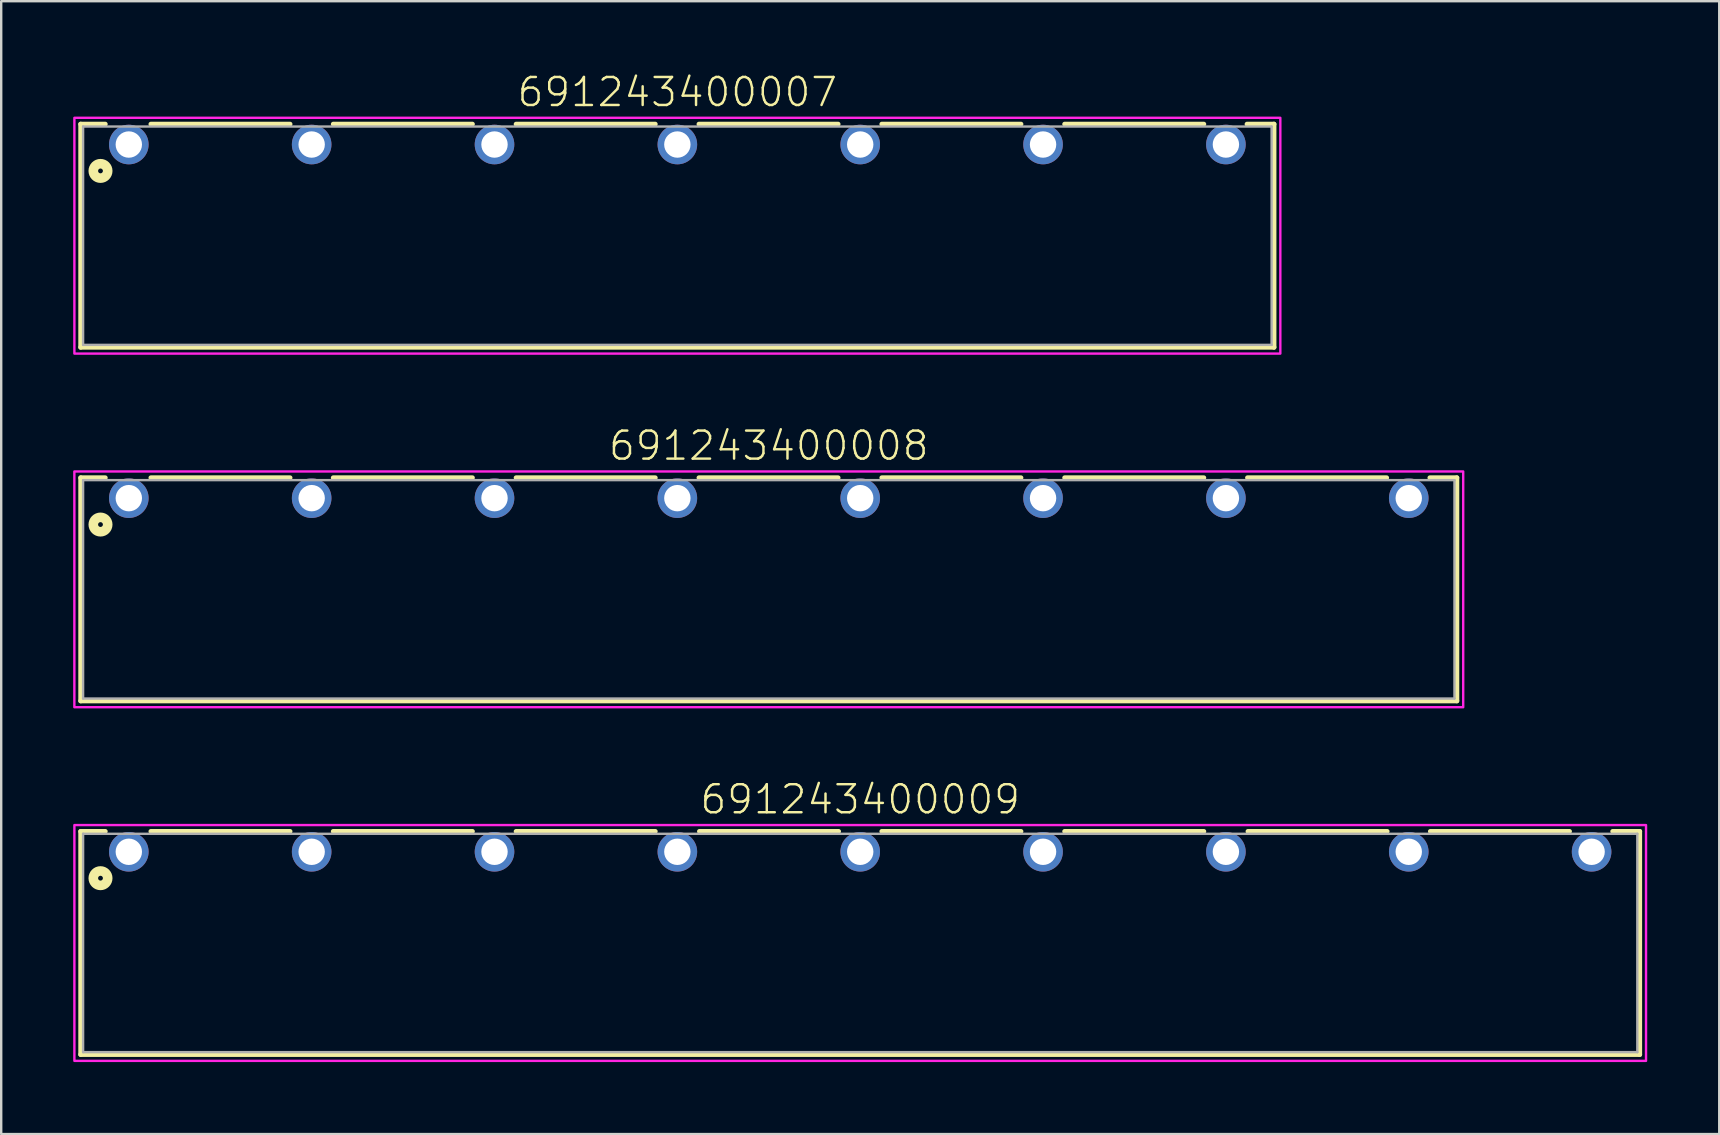
<source format=kicad_pcb>
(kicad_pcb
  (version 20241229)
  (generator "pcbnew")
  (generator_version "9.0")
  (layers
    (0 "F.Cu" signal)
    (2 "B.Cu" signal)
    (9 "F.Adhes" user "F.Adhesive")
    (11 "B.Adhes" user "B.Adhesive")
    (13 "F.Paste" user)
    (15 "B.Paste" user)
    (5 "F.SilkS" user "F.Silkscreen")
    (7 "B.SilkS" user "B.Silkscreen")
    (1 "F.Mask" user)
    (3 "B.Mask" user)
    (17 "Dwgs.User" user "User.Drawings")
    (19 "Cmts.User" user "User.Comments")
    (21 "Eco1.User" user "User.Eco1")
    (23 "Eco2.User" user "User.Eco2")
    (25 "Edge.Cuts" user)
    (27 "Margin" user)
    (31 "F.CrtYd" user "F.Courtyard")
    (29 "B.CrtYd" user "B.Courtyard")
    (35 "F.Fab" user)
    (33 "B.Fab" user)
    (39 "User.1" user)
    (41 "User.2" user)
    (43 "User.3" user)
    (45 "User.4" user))
  (footprint "691243400009"
    (layer "F.Cu")
    (at 32.798 32.447)
    (property "Reference" "691243400009" (at 0 -1.5 0) (unlocked yes) (layer "F.SilkS") (effects (font (size 1.168 1.168) (thickness 0.102)) (justify bottom)))
    (fp_line (start -32.485 -0.85) (end -31.46 -0.85) (stroke (width 0.2) (type solid)) (layer "F.SilkS"))
    (fp_line (start -32.485 8.45) (end -32.485 -0.85) (stroke (width 0.2) (type solid)) (layer "F.SilkS"))
    (fp_line (start -29.56 -0.85) (end -23.76 -0.85) (stroke (width 0.2) (type solid)) (layer "F.SilkS"))
    (fp_line (start -21.96 -0.85) (end -16.16 -0.85) (stroke (width 0.2) (type solid)) (layer "F.SilkS"))
    (fp_line (start -14.34 -0.85) (end -8.54 -0.85) (stroke (width 0.2) (type solid)) (layer "F.SilkS"))
    (fp_line (start -6.7 -0.85) (end -0.9 -0.85) (stroke (width 0.2) (type solid)) (layer "F.SilkS"))
    (fp_line (start 0.9 -0.85) (end 6.7 -0.85) (stroke (width 0.2) (type solid)) (layer "F.SilkS"))
    (fp_line (start 8.52 -0.85) (end 14.32 -0.85) (stroke (width 0.2) (type solid)) (layer "F.SilkS"))
    (fp_line (start 16.16 -0.85) (end 21.96 -0.85) (stroke (width 0.2) (type solid)) (layer "F.SilkS"))
    (fp_line (start 23.76 -0.85) (end 29.56 -0.85) (stroke (width 0.2) (type solid)) (layer "F.SilkS"))
    (fp_line (start 31.36 -0.85) (end 32.485 -0.85) (stroke (width 0.2) (type solid)) (layer "F.SilkS"))
    (fp_line (start 32.485 -0.85) (end 32.485 8.45) (stroke (width 0.2) (type solid)) (layer "F.SilkS"))
    (fp_line (start 32.485 8.45) (end -32.485 8.45) (stroke (width 0.2) (type solid)) (layer "F.SilkS"))
    (fp_circle (center -31.66 1.1) (end -31.56 1.1) (stroke (width 0.4) (type solid)) (fill no) (layer "F.SilkS"))
    (fp_poly (pts (xy 32.748 8.713) (xy -32.748 8.713) (xy -32.748 -1.113) (xy 32.748 -1.113)) (stroke (width 0.1) (type default)) (fill no) (layer "F.CrtYd"))
    (fp_line (start -32.385 -0.75) (end 32.385 -0.75) (stroke (width 0.1) (type solid)) (layer "F.Fab"))
    (fp_line (start -32.385 8.35) (end -32.385 -0.75) (stroke (width 0.1) (type solid)) (layer "F.Fab"))
    (fp_line (start 32.385 -0.75) (end 32.385 8.35) (stroke (width 0.1) (type solid)) (layer "F.Fab"))
    (fp_line (start 32.385 8.35) (end -32.385 8.35) (stroke (width 0.1) (type solid)) (layer "F.Fab"))
    (pad "1" thru_hole circle (at -30.48 0 180) (size 1.65 1.65) (drill 1.1) (layers "*.Cu" "*.Mask"))
    (pad "2" thru_hole circle (at -22.86 0 180) (size 1.65 1.65) (drill 1.1) (layers "*.Cu" "*.Mask"))
    (pad "3" thru_hole circle (at -15.24 0 180) (size 1.65 1.65) (drill 1.1) (layers "*.Cu" "*.Mask"))
    (pad "4" thru_hole circle (at -7.62 0 180) (size 1.65 1.65) (drill 1.1) (layers "*.Cu" "*.Mask"))
    (pad "5" thru_hole circle (at 0 0 180) (size 1.65 1.65) (drill 1.1) (layers "*.Cu" "*.Mask"))
    (pad "6" thru_hole circle (at 7.62 0 180) (size 1.65 1.65) (drill 1.1) (layers "*.Cu" "*.Mask"))
    (pad "7" thru_hole circle (at 15.24 0 180) (size 1.65 1.65) (drill 1.1) (layers "*.Cu" "*.Mask"))
    (pad "8" thru_hole circle (at 22.86 0 180) (size 1.65 1.65) (drill 1.1) (layers "*.Cu" "*.Mask"))
    (pad "9" thru_hole circle (at 30.48 0 180) (size 1.65 1.65) (drill 1.1) (layers "*.Cu" "*.Mask")))
  (footprint "691243400008"
    (layer "F.Cu")
    (at 28.988 17.71)
    (property "Reference" "691243400008" (at 0 -1.5 0) (unlocked yes) (layer "F.SilkS") (effects (font (size 1.168 1.168) (thickness 0.102)) (justify bottom)))
    (fp_line (start -28.675 -0.85) (end -27.65 -0.85) (stroke (width 0.2) (type solid)) (layer "F.SilkS"))
    (fp_line (start -28.675 8.45) (end -28.675 -0.85) (stroke (width 0.2) (type solid)) (layer "F.SilkS"))
    (fp_line (start -25.75 -0.85) (end -19.95 -0.85) (stroke (width 0.2) (type solid)) (layer "F.SilkS"))
    (fp_line (start -18.15 -0.85) (end -12.35 -0.85) (stroke (width 0.2) (type solid)) (layer "F.SilkS"))
    (fp_line (start -10.53 -0.85) (end -4.73 -0.85) (stroke (width 0.2) (type solid)) (layer "F.SilkS"))
    (fp_line (start -2.91 -0.85) (end 2.89 -0.85) (stroke (width 0.2) (type solid)) (layer "F.SilkS"))
    (fp_line (start 4.71 -0.85) (end 10.51 -0.85) (stroke (width 0.2) (type solid)) (layer "F.SilkS"))
    (fp_line (start 12.33 -0.85) (end 18.13 -0.85) (stroke (width 0.2) (type solid)) (layer "F.SilkS"))
    (fp_line (start 19.95 -0.85) (end 25.75 -0.85) (stroke (width 0.2) (type solid)) (layer "F.SilkS"))
    (fp_line (start 27.55 -0.85) (end 28.675 -0.85) (stroke (width 0.2) (type solid)) (layer "F.SilkS"))
    (fp_line (start 28.675 -0.85) (end 28.675 8.45) (stroke (width 0.2) (type solid)) (layer "F.SilkS"))
    (fp_line (start 28.675 8.45) (end -28.675 8.45) (stroke (width 0.2) (type solid)) (layer "F.SilkS"))
    (fp_circle (center -27.85 1.1) (end -27.75 1.1) (stroke (width 0.4) (type solid)) (fill no) (layer "F.SilkS"))
    (fp_poly (pts (xy 28.939 8.713) (xy -28.939 8.713) (xy -28.939 -1.113) (xy 28.939 -1.113)) (stroke (width 0.1) (type default)) (fill no) (layer "F.CrtYd"))
    (fp_line (start -28.575 -0.75) (end 28.575 -0.75) (stroke (width 0.1) (type solid)) (layer "F.Fab"))
    (fp_line (start -28.575 8.35) (end -28.575 -0.75) (stroke (width 0.1) (type solid)) (layer "F.Fab"))
    (fp_line (start 28.575 -0.75) (end 28.575 8.35) (stroke (width 0.1) (type solid)) (layer "F.Fab"))
    (fp_line (start 28.575 8.35) (end -28.575 8.35) (stroke (width 0.1) (type solid)) (layer "F.Fab"))
    (pad "1" thru_hole circle (at -26.67 0 180) (size 1.65 1.65) (drill 1.1) (layers "*.Cu" "*.Mask"))
    (pad "2" thru_hole circle (at -19.05 0 180) (size 1.65 1.65) (drill 1.1) (layers "*.Cu" "*.Mask"))
    (pad "3" thru_hole circle (at -11.43 0 180) (size 1.65 1.65) (drill 1.1) (layers "*.Cu" "*.Mask"))
    (pad "4" thru_hole circle (at -3.81 0 180) (size 1.65 1.65) (drill 1.1) (layers "*.Cu" "*.Mask"))
    (pad "5" thru_hole circle (at 3.81 0 180) (size 1.65 1.65) (drill 1.1) (layers "*.Cu" "*.Mask"))
    (pad "6" thru_hole circle (at 11.43 0 180) (size 1.65 1.65) (drill 1.1) (layers "*.Cu" "*.Mask"))
    (pad "7" thru_hole circle (at 19.05 0 180) (size 1.65 1.65) (drill 1.1) (layers "*.Cu" "*.Mask"))
    (pad "8" thru_hole circle (at 26.67 0 180) (size 1.65 1.65) (drill 1.1) (layers "*.Cu" "*.Mask")))
  (footprint "691243400007"
    (layer "F.Cu")
    (at 25.178 2.973)
    (property "Reference" "691243400007" (at 0 -1.5 0) (unlocked yes) (layer "F.SilkS") (effects (font (size 1.168 1.168) (thickness 0.102)) (justify bottom)))
    (fp_line (start -24.865 -0.85) (end -23.84 -0.85) (stroke (width 0.2) (type solid)) (layer "F.SilkS"))
    (fp_line (start -24.865 8.45) (end -24.865 -0.85) (stroke (width 0.2) (type solid)) (layer "F.SilkS"))
    (fp_line (start -21.94 -0.85) (end -16.14 -0.85) (stroke (width 0.2) (type solid)) (layer "F.SilkS"))
    (fp_line (start -14.34 -0.85) (end -8.54 -0.85) (stroke (width 0.2) (type solid)) (layer "F.SilkS"))
    (fp_line (start -6.72 -0.85) (end -0.92 -0.85) (stroke (width 0.2) (type solid)) (layer "F.SilkS"))
    (fp_line (start 0.9 -0.85) (end 6.7 -0.85) (stroke (width 0.2) (type solid)) (layer "F.SilkS"))
    (fp_line (start 8.52 -0.85) (end 14.32 -0.85) (stroke (width 0.2) (type solid)) (layer "F.SilkS"))
    (fp_line (start 16.14 -0.85) (end 21.94 -0.85) (stroke (width 0.2) (type solid)) (layer "F.SilkS"))
    (fp_line (start 23.74 -0.85) (end 24.865 -0.85) (stroke (width 0.2) (type solid)) (layer "F.SilkS"))
    (fp_line (start 24.865 -0.85) (end 24.865 8.45) (stroke (width 0.2) (type solid)) (layer "F.SilkS"))
    (fp_line (start 24.865 8.45) (end -24.865 8.45) (stroke (width 0.2) (type solid)) (layer "F.SilkS"))
    (fp_circle (center -24.04 1.1) (end -23.94 1.1) (stroke (width 0.4) (type solid)) (fill no) (layer "F.SilkS"))
    (fp_poly (pts (xy 25.128 8.713) (xy -25.128 8.713) (xy -25.128 -1.113) (xy 25.128 -1.113)) (stroke (width 0.1) (type default)) (fill no) (layer "F.CrtYd"))
    (fp_line (start -24.765 -0.75) (end 24.765 -0.75) (stroke (width 0.1) (type solid)) (layer "F.Fab"))
    (fp_line (start -24.765 8.35) (end -24.765 -0.75) (stroke (width 0.1) (type solid)) (layer "F.Fab"))
    (fp_line (start 24.765 -0.75) (end 24.765 8.35) (stroke (width 0.1) (type solid)) (layer "F.Fab"))
    (fp_line (start 24.765 8.35) (end -24.765 8.35) (stroke (width 0.1) (type solid)) (layer "F.Fab"))
    (pad "1" thru_hole circle (at -22.86 0 180) (size 1.65 1.65) (drill 1.1) (layers "*.Cu" "*.Mask"))
    (pad "2" thru_hole circle (at -15.24 0 180) (size 1.65 1.65) (drill 1.1) (layers "*.Cu" "*.Mask"))
    (pad "3" thru_hole circle (at -7.62 0 180) (size 1.65 1.65) (drill 1.1) (layers "*.Cu" "*.Mask"))
    (pad "4" thru_hole circle (at 0 0 180) (size 1.65 1.65) (drill 1.1) (layers "*.Cu" "*.Mask"))
    (pad "5" thru_hole circle (at 7.62 0 180) (size 1.65 1.65) (drill 1.1) (layers "*.Cu" "*.Mask"))
    (pad "6" thru_hole circle (at 15.24 0 180) (size 1.65 1.65) (drill 1.1) (layers "*.Cu" "*.Mask"))
    (pad "7" thru_hole circle (at 22.86 0 180) (size 1.65 1.65) (drill 1.1) (layers "*.Cu" "*.Mask")))
  (gr_rect
    (start -3 -3)
    (end 68.597 44.21)
    (stroke (width 0.1) (type default))
    (fill no)
    (layer "Edge.Cuts")))
</source>
